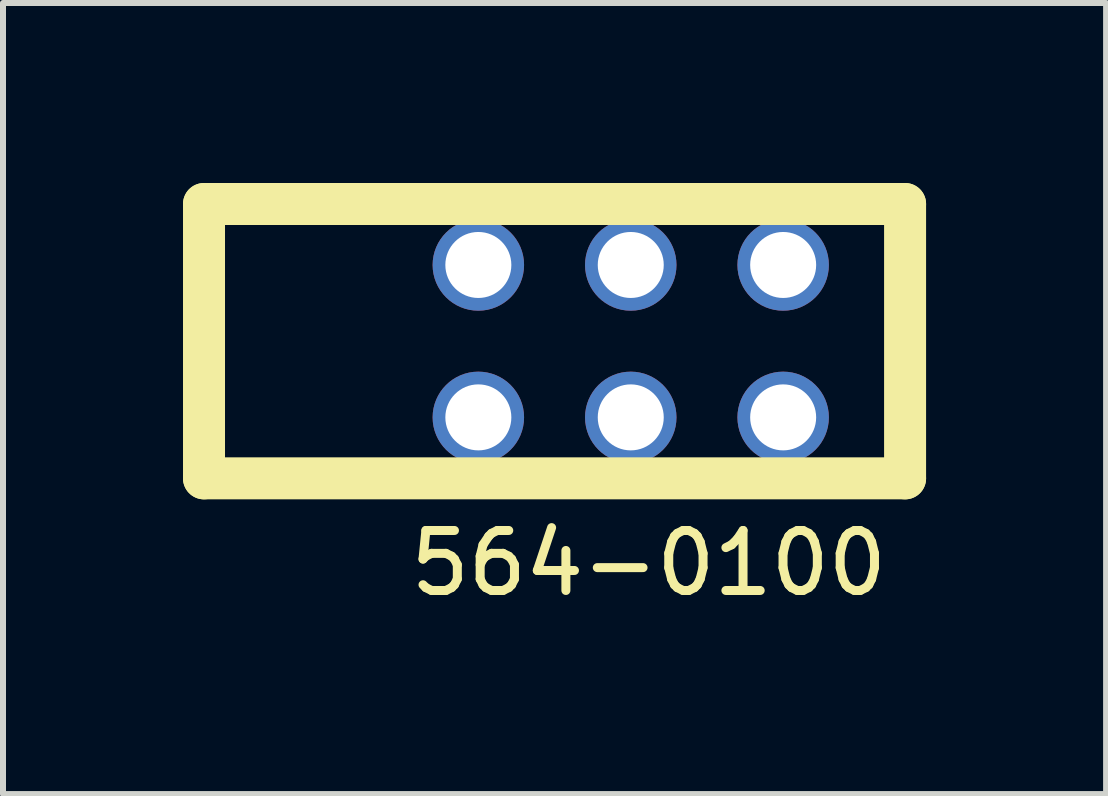
<source format=kicad_pcb>
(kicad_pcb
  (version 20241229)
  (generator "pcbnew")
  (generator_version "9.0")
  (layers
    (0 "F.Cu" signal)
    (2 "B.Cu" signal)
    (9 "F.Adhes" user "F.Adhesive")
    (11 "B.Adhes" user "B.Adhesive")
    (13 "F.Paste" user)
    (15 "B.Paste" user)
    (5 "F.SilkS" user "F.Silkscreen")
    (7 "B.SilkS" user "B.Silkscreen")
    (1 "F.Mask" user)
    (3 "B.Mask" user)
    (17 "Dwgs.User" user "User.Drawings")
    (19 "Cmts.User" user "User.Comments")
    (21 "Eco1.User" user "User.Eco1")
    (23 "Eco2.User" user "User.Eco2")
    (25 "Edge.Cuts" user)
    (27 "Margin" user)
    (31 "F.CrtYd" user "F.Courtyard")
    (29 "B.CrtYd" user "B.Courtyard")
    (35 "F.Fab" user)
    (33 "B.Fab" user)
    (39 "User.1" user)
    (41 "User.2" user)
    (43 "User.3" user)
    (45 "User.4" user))
  (footprint "564-0100"
    (layer "F.Cu")
    (at 7.462 2.636)
    (property "Reference" "564-0100" (at 0.3 3.7 0) (layer "F.SilkS") (effects (font (size 1 1) (thickness 0.15))))
    (attr through_hole)
    (fp_line (start -7.112 -2.286) (end -7.112 2.286) (stroke (width 0.7) (type solid)) (layer "F.SilkS"))
    (fp_line (start -7.112 -2.286) (end 4.572 -2.286) (stroke (width 0.7) (type solid)) (layer "F.SilkS"))
    (fp_line (start -7.112 2.286) (end 4.572 2.286) (stroke (width 0.7) (type solid)) (layer "F.SilkS"))
    (fp_line (start 4.572 2.286) (end 4.572 -2.286) (stroke (width 0.7) (type solid)) (layer "F.SilkS"))
    (pad "1" thru_hole circle (at -2.54 1.27) (size 1.524 1.524) (drill 1.1) (layers "*.Cu" "*.Mask"))
    (pad "2" thru_hole circle (at -2.54 -1.27) (size 1.524 1.524) (drill 1.1) (layers "*.Cu" "*.Mask"))
    (pad "3" thru_hole circle (at 0 1.27) (size 1.524 1.524) (drill 1.1) (layers "*.Cu" "*.Mask"))
    (pad "4" thru_hole circle (at 0 -1.27) (size 1.524 1.524) (drill 1.1) (layers "*.Cu" "*.Mask"))
    (pad "5" thru_hole circle (at 2.54 1.27) (size 1.524 1.524) (drill 1.1) (layers "*.Cu" "*.Mask"))
    (pad "6" thru_hole circle (at 2.54 -1.27) (size 1.524 1.524) (drill 1.1) (layers "*.Cu" "*.Mask")))
  (gr_rect
    (start -3 -3)
    (end 15.384 10.184)
    (stroke (width 0.1) (type default))
    (fill no)
    (layer "Edge.Cuts")))
</source>
